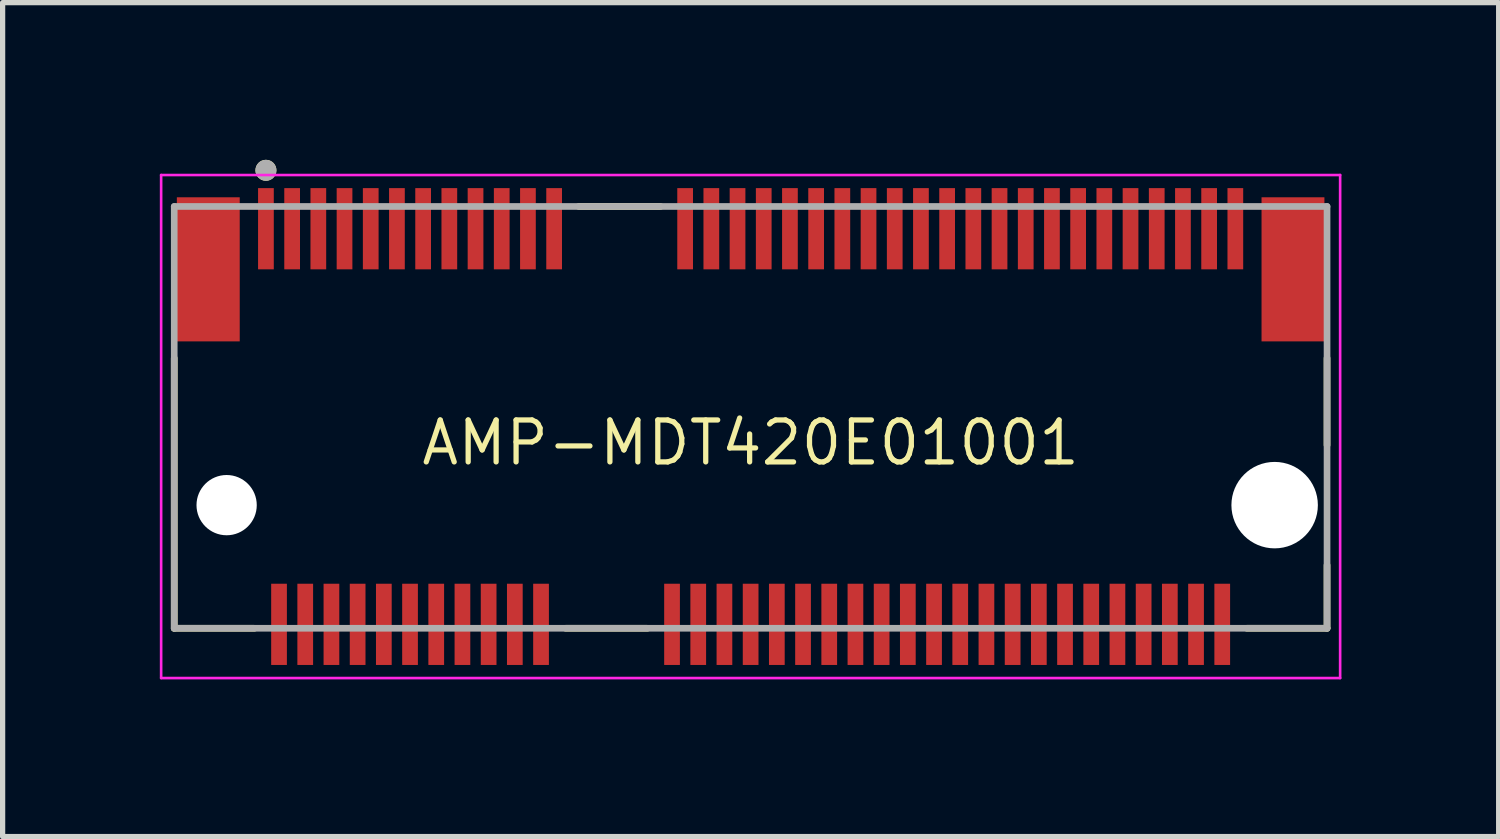
<source format=kicad_pcb>
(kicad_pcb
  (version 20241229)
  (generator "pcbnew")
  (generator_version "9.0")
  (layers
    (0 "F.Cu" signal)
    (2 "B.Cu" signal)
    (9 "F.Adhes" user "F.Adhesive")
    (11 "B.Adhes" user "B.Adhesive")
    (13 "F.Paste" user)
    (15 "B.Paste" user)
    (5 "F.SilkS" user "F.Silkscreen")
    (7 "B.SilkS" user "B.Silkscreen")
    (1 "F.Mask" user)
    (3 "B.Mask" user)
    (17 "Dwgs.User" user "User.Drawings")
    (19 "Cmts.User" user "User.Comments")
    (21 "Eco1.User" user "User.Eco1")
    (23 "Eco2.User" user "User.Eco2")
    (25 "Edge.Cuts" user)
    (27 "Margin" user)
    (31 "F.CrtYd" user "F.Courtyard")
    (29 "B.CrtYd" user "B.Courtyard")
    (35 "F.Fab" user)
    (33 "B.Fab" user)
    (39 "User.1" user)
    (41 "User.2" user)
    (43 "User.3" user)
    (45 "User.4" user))
  (footprint "AMP-MDT420E01001"
    (layer "F.Cu")
    (at 11.275 6.59)
    (property "Reference" "AMP-MDT420E01001" (at 0 -1.19 0) (layer "F.SilkS") (effects (font (size 0.8 0.8) (thickness 0.1))))
    (attr smd)
    (fp_line (start -11 2.35) (end -11 -2.805) (stroke (width 0.127) (type solid)) (layer "F.SilkS"))
    (fp_line (start -9.47 2.35) (end -11 2.35) (stroke (width 0.127) (type solid)) (layer "F.SilkS"))
    (fp_line (start -3.53 2.35) (end -1.97 2.35) (stroke (width 0.127) (type solid)) (layer "F.SilkS"))
    (fp_line (start -3.28 -5.7) (end -1.72 -5.7) (stroke (width 0.127) (type solid)) (layer "F.SilkS"))
    (fp_line (start 11 -2.805) (end 11 -1.145) (stroke (width 0.127) (type solid)) (layer "F.SilkS"))
    (fp_line (start 11 2.35) (end 9.47 2.35) (stroke (width 0.127) (type solid)) (layer "F.SilkS"))
    (fp_line (start 11 2.35) (end 11 1.145) (stroke (width 0.127) (type solid)) (layer "F.SilkS"))
    (fp_circle (center -9.25 -6.39) (end -9.15 -6.39) (stroke (width 0.2) (type solid)) (fill no) (layer "F.SilkS"))
    (fp_line (start -11.25 -6.3) (end -11.25 3.3) (stroke (width 0.05) (type solid)) (layer "F.CrtYd"))
    (fp_line (start -11.25 3.3) (end 11.25 3.3) (stroke (width 0.05) (type solid)) (layer "F.CrtYd"))
    (fp_line (start 11.25 -6.3) (end -11.25 -6.3) (stroke (width 0.05) (type solid)) (layer "F.CrtYd"))
    (fp_line (start 11.25 3.3) (end 11.25 -6.3) (stroke (width 0.05) (type solid)) (layer "F.CrtYd"))
    (fp_line (start -11 -5.7) (end 11 -5.7) (stroke (width 0.127) (type solid)) (layer "F.Fab"))
    (fp_line (start -11 2.35) (end -11 -5.7) (stroke (width 0.127) (type solid)) (layer "F.Fab"))
    (fp_line (start 11 -5.7) (end 11 2.35) (stroke (width 0.127) (type solid)) (layer "F.Fab"))
    (fp_line (start 11 2.35) (end -11 2.35) (stroke (width 0.127) (type solid)) (layer "F.Fab"))
    (fp_circle (center -9.25 -6.39) (end -9.15 -6.39) (stroke (width 0.2) (type solid)) (fill no) (layer "F.Fab"))
    (pad "" np_thru_hole circle (at -10 0) (size 1.15 1.15) (drill 1.15) (layers "*.Cu" "*.Mask"))
    (pad "" np_thru_hole circle (at 10 0) (size 1.65 1.65) (drill 1.65) (layers "*.Cu" "*.Mask"))
    (pad "1" smd rect (at -9.25 -5.275) (size 0.3 1.55) (layers "F.Cu" "F.Mask" "F.Paste"))
    (pad "2" smd rect (at -9 2.275) (size 0.3 1.55) (layers "F.Cu" "F.Mask" "F.Paste"))
    (pad "3" smd rect (at -8.75 -5.275) (size 0.3 1.55) (layers "F.Cu" "F.Mask" "F.Paste"))
    (pad "4" smd rect (at -8.5 2.275) (size 0.3 1.55) (layers "F.Cu" "F.Mask" "F.Paste"))
    (pad "5" smd rect (at -8.25 -5.275) (size 0.3 1.55) (layers "F.Cu" "F.Mask" "F.Paste"))
    (pad "6" smd rect (at -8 2.275) (size 0.3 1.55) (layers "F.Cu" "F.Mask" "F.Paste"))
    (pad "7" smd rect (at -7.75 -5.275) (size 0.3 1.55) (layers "F.Cu" "F.Mask" "F.Paste"))
    (pad "8" smd rect (at -7.5 2.275) (size 0.3 1.55) (layers "F.Cu" "F.Mask" "F.Paste"))
    (pad "9" smd rect (at -7.25 -5.275) (size 0.3 1.55) (layers "F.Cu" "F.Mask" "F.Paste"))
    (pad "10" smd rect (at -7 2.275) (size 0.3 1.55) (layers "F.Cu" "F.Mask" "F.Paste"))
    (pad "11" smd rect (at -6.75 -5.275) (size 0.3 1.55) (layers "F.Cu" "F.Mask" "F.Paste"))
    (pad "12" smd rect (at -6.5 2.275) (size 0.3 1.55) (layers "F.Cu" "F.Mask" "F.Paste"))
    (pad "13" smd rect (at -6.25 -5.275) (size 0.3 1.55) (layers "F.Cu" "F.Mask" "F.Paste"))
    (pad "14" smd rect (at -6 2.275) (size 0.3 1.55) (layers "F.Cu" "F.Mask" "F.Paste"))
    (pad "15" smd rect (at -5.75 -5.275) (size 0.3 1.55) (layers "F.Cu" "F.Mask" "F.Paste"))
    (pad "16" smd rect (at -5.5 2.275) (size 0.3 1.55) (layers "F.Cu" "F.Mask" "F.Paste"))
    (pad "17" smd rect (at -5.25 -5.275) (size 0.3 1.55) (layers "F.Cu" "F.Mask" "F.Paste"))
    (pad "18" smd rect (at -5 2.275) (size 0.3 1.55) (layers "F.Cu" "F.Mask" "F.Paste"))
    (pad "19" smd rect (at -4.75 -5.275) (size 0.3 1.55) (layers "F.Cu" "F.Mask" "F.Paste"))
    (pad "20" smd rect (at -4.5 2.275) (size 0.3 1.55) (layers "F.Cu" "F.Mask" "F.Paste"))
    (pad "21" smd rect (at -4.25 -5.275) (size 0.3 1.55) (layers "F.Cu" "F.Mask" "F.Paste"))
    (pad "22" smd rect (at -4 2.275) (size 0.3 1.55) (layers "F.Cu" "F.Mask" "F.Paste"))
    (pad "23" smd rect (at -3.75 -5.275) (size 0.3 1.55) (layers "F.Cu" "F.Mask" "F.Paste"))
    (pad "32" smd rect (at -1.5 2.275) (size 0.3 1.55) (layers "F.Cu" "F.Mask" "F.Paste"))
    (pad "33" smd rect (at -1.25 -5.275) (size 0.3 1.55) (layers "F.Cu" "F.Mask" "F.Paste"))
    (pad "34" smd rect (at -1 2.275) (size 0.3 1.55) (layers "F.Cu" "F.Mask" "F.Paste"))
    (pad "35" smd rect (at -0.75 -5.275) (size 0.3 1.55) (layers "F.Cu" "F.Mask" "F.Paste"))
    (pad "36" smd rect (at -0.5 2.275) (size 0.3 1.55) (layers "F.Cu" "F.Mask" "F.Paste"))
    (pad "37" smd rect (at -0.25 -5.275) (size 0.3 1.55) (layers "F.Cu" "F.Mask" "F.Paste"))
    (pad "38" smd rect (at 0 2.275) (size 0.3 1.55) (layers "F.Cu" "F.Mask" "F.Paste"))
    (pad "39" smd rect (at 0.25 -5.275) (size 0.3 1.55) (layers "F.Cu" "F.Mask" "F.Paste"))
    (pad "40" smd rect (at 0.5 2.275) (size 0.3 1.55) (layers "F.Cu" "F.Mask" "F.Paste"))
    (pad "41" smd rect (at 0.75 -5.275) (size 0.3 1.55) (layers "F.Cu" "F.Mask" "F.Paste"))
    (pad "42" smd rect (at 1 2.275) (size 0.3 1.55) (layers "F.Cu" "F.Mask" "F.Paste"))
    (pad "43" smd rect (at 1.25 -5.275) (size 0.3 1.55) (layers "F.Cu" "F.Mask" "F.Paste"))
    (pad "44" smd rect (at 1.5 2.275) (size 0.3 1.55) (layers "F.Cu" "F.Mask" "F.Paste"))
    (pad "45" smd rect (at 1.75 -5.275) (size 0.3 1.55) (layers "F.Cu" "F.Mask" "F.Paste"))
    (pad "46" smd rect (at 2 2.275) (size 0.3 1.55) (layers "F.Cu" "F.Mask" "F.Paste"))
    (pad "47" smd rect (at 2.25 -5.275) (size 0.3 1.55) (layers "F.Cu" "F.Mask" "F.Paste"))
    (pad "48" smd rect (at 2.5 2.275) (size 0.3 1.55) (layers "F.Cu" "F.Mask" "F.Paste"))
    (pad "49" smd rect (at 2.75 -5.275) (size 0.3 1.55) (layers "F.Cu" "F.Mask" "F.Paste"))
    (pad "50" smd rect (at 3 2.275) (size 0.3 1.55) (layers "F.Cu" "F.Mask" "F.Paste"))
    (pad "51" smd rect (at 3.25 -5.275) (size 0.3 1.55) (layers "F.Cu" "F.Mask" "F.Paste"))
    (pad "52" smd rect (at 3.5 2.275) (size 0.3 1.55) (layers "F.Cu" "F.Mask" "F.Paste"))
    (pad "53" smd rect (at 3.75 -5.275) (size 0.3 1.55) (layers "F.Cu" "F.Mask" "F.Paste"))
    (pad "54" smd rect (at 4 2.275) (size 0.3 1.55) (layers "F.Cu" "F.Mask" "F.Paste"))
    (pad "55" smd rect (at 4.25 -5.275) (size 0.3 1.55) (layers "F.Cu" "F.Mask" "F.Paste"))
    (pad "56" smd rect (at 4.5 2.275) (size 0.3 1.55) (layers "F.Cu" "F.Mask" "F.Paste"))
    (pad "57" smd rect (at 4.75 -5.275) (size 0.3 1.55) (layers "F.Cu" "F.Mask" "F.Paste"))
    (pad "58" smd rect (at 5 2.275) (size 0.3 1.55) (layers "F.Cu" "F.Mask" "F.Paste"))
    (pad "59" smd rect (at 5.25 -5.275) (size 0.3 1.55) (layers "F.Cu" "F.Mask" "F.Paste"))
    (pad "60" smd rect (at 5.5 2.275) (size 0.3 1.55) (layers "F.Cu" "F.Mask" "F.Paste"))
    (pad "61" smd rect (at 5.75 -5.275) (size 0.3 1.55) (layers "F.Cu" "F.Mask" "F.Paste"))
    (pad "62" smd rect (at 6 2.275) (size 0.3 1.55) (layers "F.Cu" "F.Mask" "F.Paste"))
    (pad "63" smd rect (at 6.25 -5.275) (size 0.3 1.55) (layers "F.Cu" "F.Mask" "F.Paste"))
    (pad "64" smd rect (at 6.5 2.275) (size 0.3 1.55) (layers "F.Cu" "F.Mask" "F.Paste"))
    (pad "65" smd rect (at 6.75 -5.275) (size 0.3 1.55) (layers "F.Cu" "F.Mask" "F.Paste"))
    (pad "66" smd rect (at 7 2.275) (size 0.3 1.55) (layers "F.Cu" "F.Mask" "F.Paste"))
    (pad "67" smd rect (at 7.25 -5.275) (size 0.3 1.55) (layers "F.Cu" "F.Mask" "F.Paste"))
    (pad "68" smd rect (at 7.5 2.275) (size 0.3 1.55) (layers "F.Cu" "F.Mask" "F.Paste"))
    (pad "69" smd rect (at 7.75 -5.275) (size 0.3 1.55) (layers "F.Cu" "F.Mask" "F.Paste"))
    (pad "70" smd rect (at 8 2.275) (size 0.3 1.55) (layers "F.Cu" "F.Mask" "F.Paste"))
    (pad "71" smd rect (at 8.25 -5.275) (size 0.3 1.55) (layers "F.Cu" "F.Mask" "F.Paste"))
    (pad "72" smd rect (at 8.5 2.275) (size 0.3 1.55) (layers "F.Cu" "F.Mask" "F.Paste"))
    (pad "73" smd rect (at 8.75 -5.275) (size 0.3 1.55) (layers "F.Cu" "F.Mask" "F.Paste"))
    (pad "74" smd rect (at 9 2.275) (size 0.3 1.55) (layers "F.Cu" "F.Mask" "F.Paste"))
    (pad "75" smd rect (at 9.25 -5.275) (size 0.3 1.55) (layers "F.Cu" "F.Mask" "F.Paste"))
    (pad "S1" smd rect (at -10.35 -4.5) (size 1.2 2.75) (layers "F.Cu" "F.Mask" "F.Paste"))
    (pad "S2" smd rect (at 10.35 -4.5) (size 1.2 2.75) (layers "F.Cu" "F.Mask" "F.Paste")))
  (gr_rect
    (start -3 -3)
    (end 25.55 12.915)
    (stroke (width 0.1) (type default))
    (fill no)
    (layer "Edge.Cuts")))
</source>
